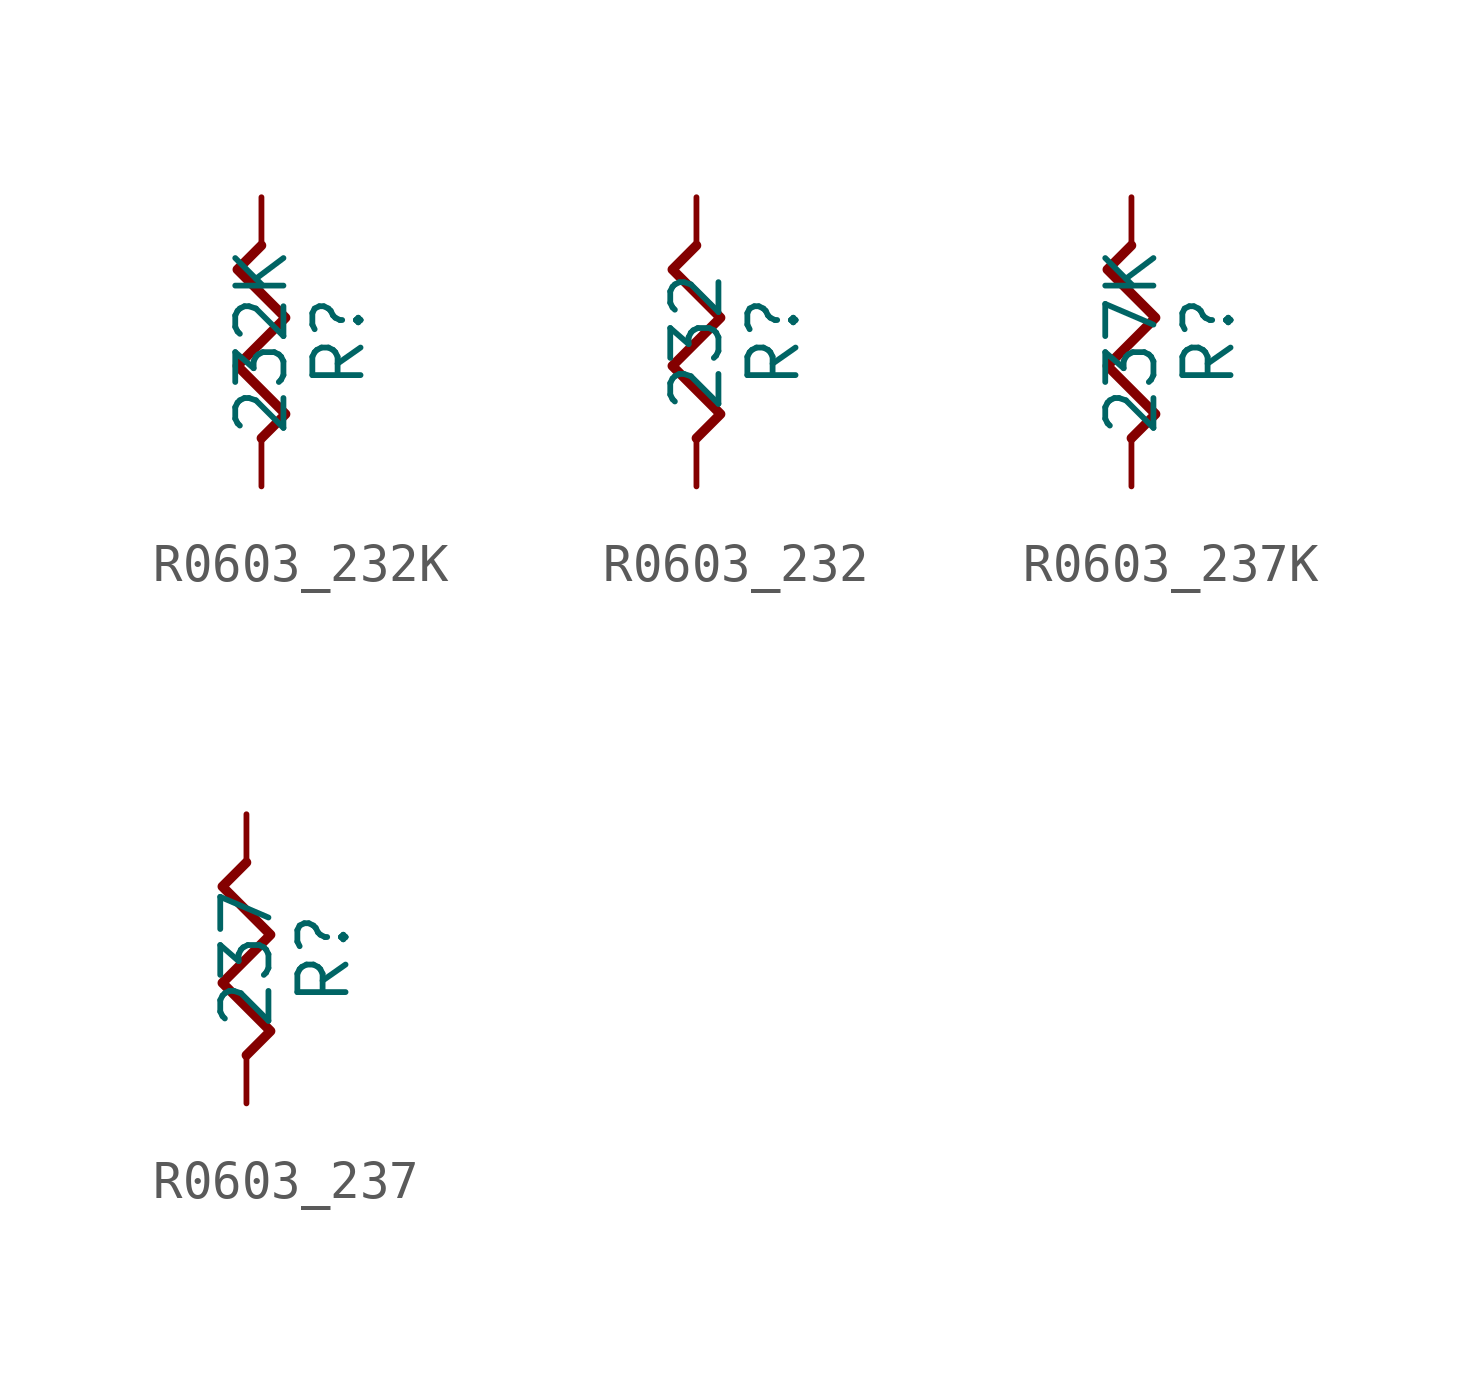
<source format=kicad_sym>
(kicad_symbol_lib
  (version 20211014)
  (generator atlantix-eda)
  (symbol "R0603_232K"
    (pin_numbers hide)
    (pin_names
      (offset 0))
    (property "Reference" "R"
      (at 2.032 0 90)
      (effects (font (size 1.27 1.27))))
    (property "Value" "232K"
      (at 0 0 90)
      (effects (font (size 1.27 1.27))))
    (symbol "R0603_232K_0_1"
      (polyline (pts (xy 0 -2.54) (xy 0.635 -1.905) (xy -0.635 -0.635) (xy 0.635 0.635) (xy -0.635 1.905) (xy 0 2.54)) (stroke (width 0.254) (type default) (color 0 0 0 0)) (fill (type none))))
    (symbol "R0603_232K_1_1"
      (pin passive line (at 0 3.81 270) (length 1.27) (name "~" (effects (font (size 1.27 1.27)))) (number "1" (effects (font (size 1.27 1.27)))))
      (pin passive line (at 0 -3.81 90) (length 1.27) (name "~" (effects (font (size 1.27 1.27)))) (number "2" (effects (font (size 1.27 1.27)))))))
  (symbol "R0603_232"
    (pin_numbers hide)
    (pin_names
      (offset 0))
    (property "Reference" "R"
      (at 2.032 0 90)
      (effects (font (size 1.27 1.27))))
    (property "Value" "232"
      (at 0 0 90)
      (effects (font (size 1.27 1.27))))
    (symbol "R0603_232_0_1"
      (polyline (pts (xy 0 -2.54) (xy 0.635 -1.905) (xy -0.635 -0.635) (xy 0.635 0.635) (xy -0.635 1.905) (xy 0 2.54)) (stroke (width 0.254) (type default) (color 0 0 0 0)) (fill (type none))))
    (symbol "R0603_232_1_1"
      (pin passive line (at 0 3.81 270) (length 1.27) (name "~" (effects (font (size 1.27 1.27)))) (number "1" (effects (font (size 1.27 1.27)))))
      (pin passive line (at 0 -3.81 90) (length 1.27) (name "~" (effects (font (size 1.27 1.27)))) (number "2" (effects (font (size 1.27 1.27)))))))
  (symbol "R0603_237K"
    (pin_numbers hide)
    (pin_names
      (offset 0))
    (property "Reference" "R"
      (at 2.032 0 90)
      (effects (font (size 1.27 1.27))))
    (property "Value" "237K"
      (at 0 0 90)
      (effects (font (size 1.27 1.27))))
    (symbol "R0603_237K_0_1"
      (polyline (pts (xy 0 -2.54) (xy 0.635 -1.905) (xy -0.635 -0.635) (xy 0.635 0.635) (xy -0.635 1.905) (xy 0 2.54)) (stroke (width 0.254) (type default) (color 0 0 0 0)) (fill (type none))))
    (symbol "R0603_237K_1_1"
      (pin passive line (at 0 3.81 270) (length 1.27) (name "~" (effects (font (size 1.27 1.27)))) (number "1" (effects (font (size 1.27 1.27)))))
      (pin passive line (at 0 -3.81 90) (length 1.27) (name "~" (effects (font (size 1.27 1.27)))) (number "2" (effects (font (size 1.27 1.27)))))))
  (symbol "R0603_237"
    (pin_numbers hide)
    (pin_names
      (offset 0))
    (property "Reference" "R"
      (at 2.032 0 90)
      (effects (font (size 1.27 1.27))))
    (property "Value" "237"
      (at 0 0 90)
      (effects (font (size 1.27 1.27))))
    (symbol "R0603_237_0_1"
      (polyline (pts (xy 0 -2.54) (xy 0.635 -1.905) (xy -0.635 -0.635) (xy 0.635 0.635) (xy -0.635 1.905) (xy 0 2.54)) (stroke (width 0.254) (type default) (color 0 0 0 0)) (fill (type none))))
    (symbol "R0603_237_1_1"
      (pin passive line (at 0 3.81 270) (length 1.27) (name "~" (effects (font (size 1.27 1.27)))) (number "1" (effects (font (size 1.27 1.27)))))
      (pin passive line (at 0 -3.81 90) (length 1.27) (name "~" (effects (font (size 1.27 1.27)))) (number "2" (effects (font (size 1.27 1.27))))))))
</source>
